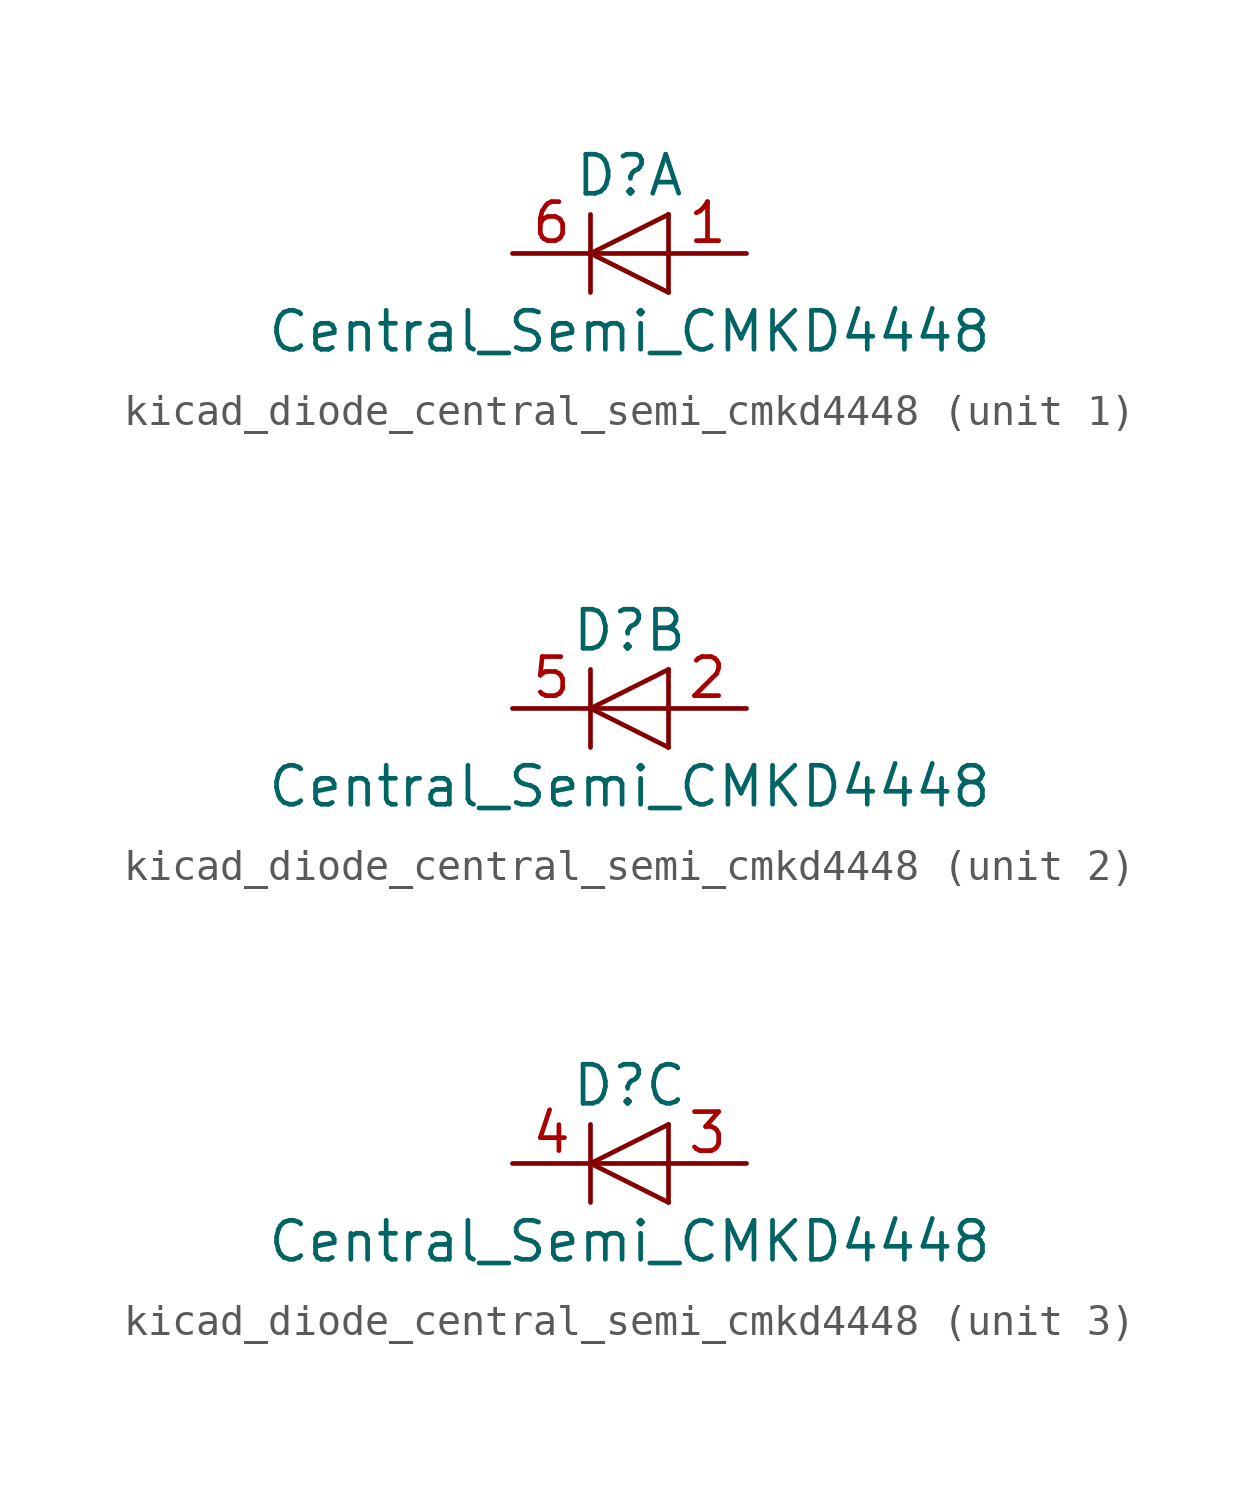
<source format=kicad_sym>
(kicad_symbol_lib
  (version 20220914)
  (generator kicad_symbol_editor)
  (symbol "kicad_diode_central_semi_cmkd4448"
    (pin_names
      (offset 1.016) hide)
    (property "Reference" "D"
      (at 0 2.54 0)
      (effects (font (size 1.27 1.27))))
    (property "Value" "Central_Semi_CMKD4448"
      (at 0 -2.54 0)
      (effects (font (size 1.27 1.27))))
    (symbol "kicad_diode_central_semi_cmkd4448_0_1"
      (polyline (pts (xy -1.27 1.27) (xy -1.27 -1.27)) (stroke (width 0.152) (type default)) (fill (type none)))
      (polyline (pts (xy 1.27 0) (xy -1.27 0)) (stroke (width 0) (type default)) (fill (type none)))
      (polyline (pts (xy 1.27 1.27) (xy 1.27 -1.27)) (stroke (width 0) (type default)) (fill (type none)))
      (polyline (pts (xy 1.27 1.27) (xy -1.27 0) (xy 1.27 -1.27)) (stroke (width 0) (type default)) (fill (type none))))
    (symbol "kicad_diode_central_semi_cmkd4448_1_1"
      (pin passive line (at 3.81 0 180) (length 2.54) (name "A" (effects (font (size 1.27 1.27)))) (number "1" (effects (font (size 1.27 1.27)))))
      (pin passive line (at -3.81 0 0) (length 2.54) (name "K" (effects (font (size 1.27 1.27)))) (number "6" (effects (font (size 1.27 1.27))))))
    (symbol "kicad_diode_central_semi_cmkd4448_2_1"
      (pin passive line (at 3.81 0 180) (length 2.54) (name "A" (effects (font (size 1.27 1.27)))) (number "2" (effects (font (size 1.27 1.27)))))
      (pin passive line (at -3.81 0 0) (length 2.54) (name "K" (effects (font (size 1.27 1.27)))) (number "5" (effects (font (size 1.27 1.27))))))
    (symbol "kicad_diode_central_semi_cmkd4448_3_1"
      (pin passive line (at 3.81 0 180) (length 2.54) (name "A" (effects (font (size 1.27 1.27)))) (number "3" (effects (font (size 1.27 1.27)))))
      (pin passive line (at -3.81 0 0) (length 2.54) (name "K" (effects (font (size 1.27 1.27)))) (number "4" (effects (font (size 1.27 1.27))))))))
</source>
